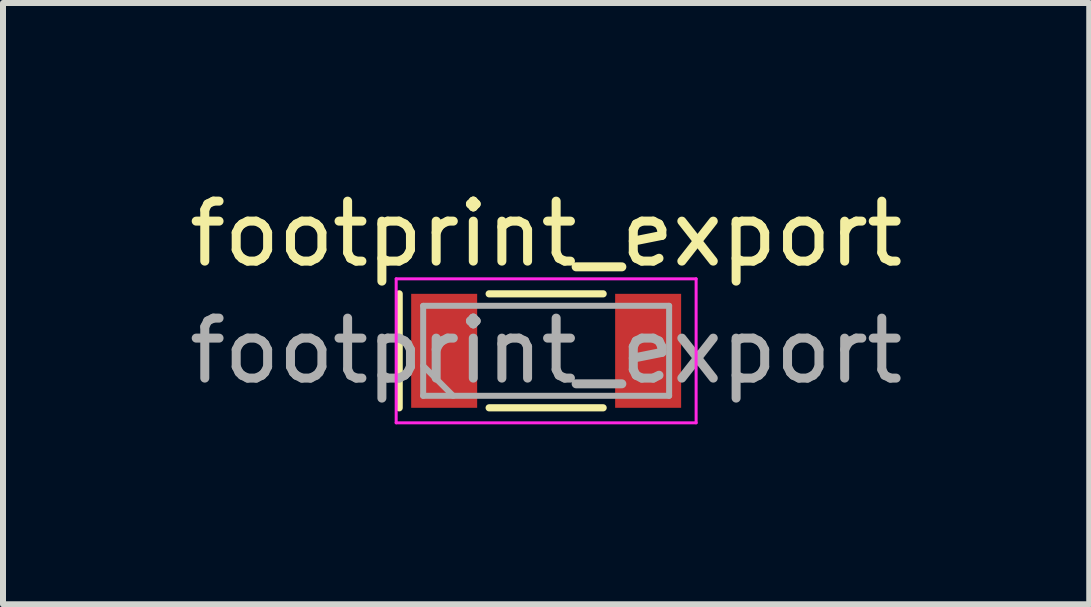
<source format=kicad_pcb>
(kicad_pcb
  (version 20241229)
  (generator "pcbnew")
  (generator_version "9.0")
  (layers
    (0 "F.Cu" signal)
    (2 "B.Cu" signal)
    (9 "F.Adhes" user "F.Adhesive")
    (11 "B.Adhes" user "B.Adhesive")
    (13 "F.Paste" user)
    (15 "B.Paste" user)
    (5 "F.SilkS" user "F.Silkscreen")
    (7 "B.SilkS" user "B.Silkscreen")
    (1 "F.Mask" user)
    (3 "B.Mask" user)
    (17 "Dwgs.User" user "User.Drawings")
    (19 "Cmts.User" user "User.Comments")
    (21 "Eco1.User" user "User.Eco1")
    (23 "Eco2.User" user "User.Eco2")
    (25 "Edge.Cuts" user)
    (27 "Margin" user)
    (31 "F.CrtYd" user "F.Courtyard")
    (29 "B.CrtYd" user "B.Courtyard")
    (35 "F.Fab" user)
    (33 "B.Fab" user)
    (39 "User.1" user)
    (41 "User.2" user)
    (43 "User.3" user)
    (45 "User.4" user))
  (footprint "footprint_export"
    (layer "F.Cu")
    (at 6.054 2.798)
    (property "Reference" "footprint_export" (at 0 -1.95 0) (layer "F.SilkS") (effects (font (size 1 1) (thickness 0.15))))
    (attr smd)
    (fp_line (start -2.45 -0.95) (end -2.45 0.95) (stroke (width 0.12) (type solid)) (layer "F.SilkS"))
    (fp_line (start -0.95 -0.95) (end 0.95 -0.95) (stroke (width 0.12) (type solid)) (layer "F.SilkS"))
    (fp_line (start -0.95 0.95) (end 0.95 0.95) (stroke (width 0.12) (type solid)) (layer "F.SilkS"))
    (fp_line (start -2.5 -1.2) (end -2.5 1.2) (stroke (width 0.05) (type solid)) (layer "F.CrtYd"))
    (fp_line (start -2.5 1.2) (end 2.5 1.2) (stroke (width 0.05) (type solid)) (layer "F.CrtYd"))
    (fp_line (start 2.5 -1.2) (end -2.5 -1.2) (stroke (width 0.05) (type solid)) (layer "F.CrtYd"))
    (fp_line (start 2.5 1.2) (end 2.5 -1.2) (stroke (width 0.05) (type solid)) (layer "F.CrtYd"))
    (fp_line (start -2.05 -0.75) (end -2.05 0.75) (stroke (width 0.1) (type solid)) (layer "F.Fab"))
    (fp_line (start -2.05 0.25) (end -1.55 0.75) (stroke (width 0.1) (type solid)) (layer "F.Fab"))
    (fp_line (start -2.05 0.75) (end 2.05 0.75) (stroke (width 0.1) (type solid)) (layer "F.Fab"))
    (fp_line (start 2.05 -0.75) (end -2.05 -0.75) (stroke (width 0.1) (type solid)) (layer "F.Fab"))
    (fp_line (start 2.05 0.75) (end 2.05 -0.75) (stroke (width 0.1) (type solid)) (layer "F.Fab"))
    (fp_text user "${REFERENCE}" (at 0 0 0) (layer "F.Fab") (effects (font (size 1 1) (thickness 0.15))))
    (pad "1" smd rect (at -1.7 0) (size 1.1 1.9) (layers "F.Cu" "F.Mask" "F.Paste"))
    (pad "2" smd rect (at 1.7 0) (size 1.1 1.9) (layers "F.Cu" "F.Mask" "F.Paste")))
  (gr_rect
    (start -3 -3)
    (end 15.107 7.023)
    (stroke (width 0.1) (type default))
    (fill no)
    (layer "Edge.Cuts")))
</source>
